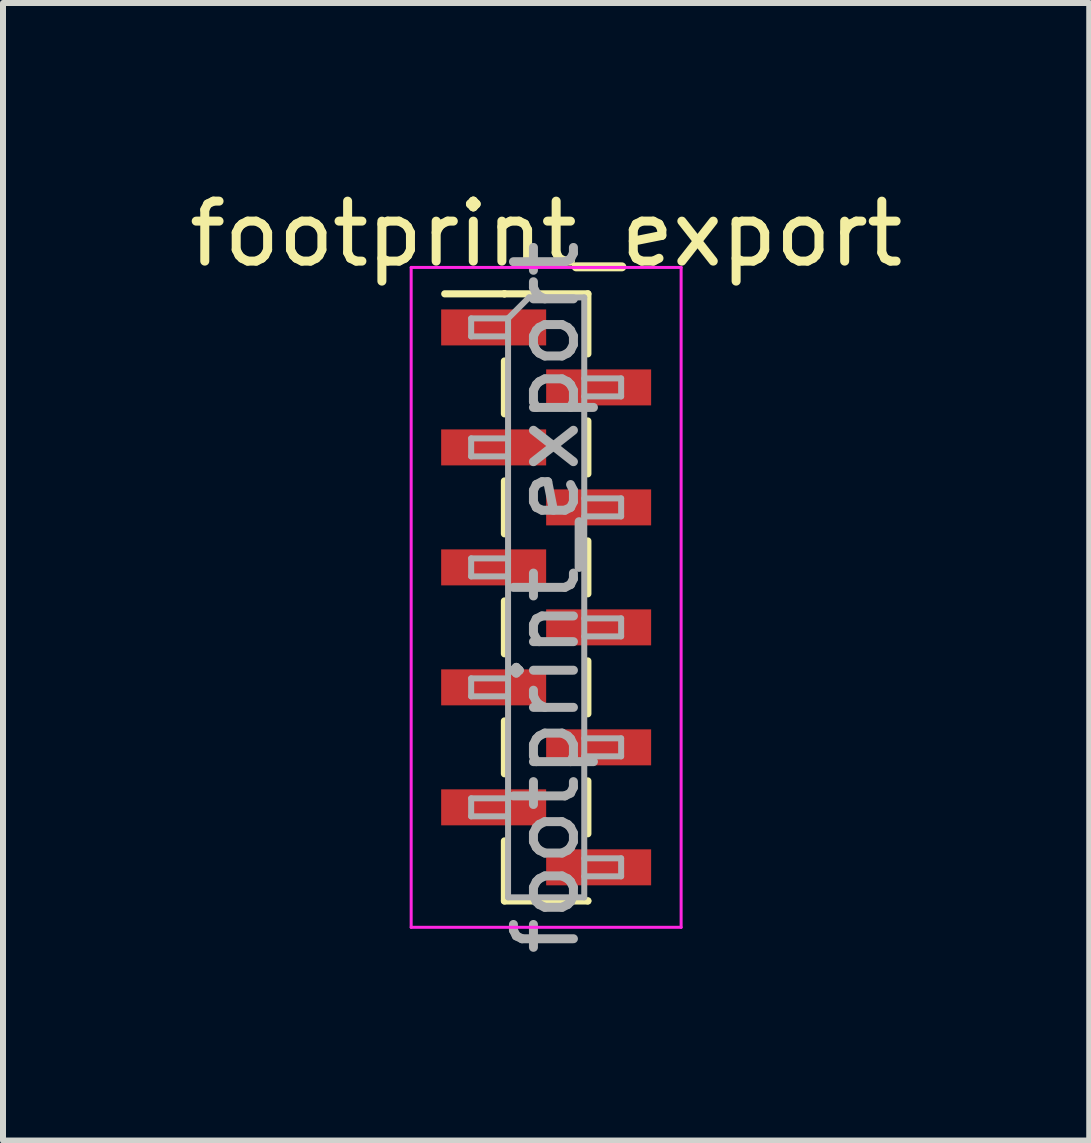
<source format=kicad_pcb>
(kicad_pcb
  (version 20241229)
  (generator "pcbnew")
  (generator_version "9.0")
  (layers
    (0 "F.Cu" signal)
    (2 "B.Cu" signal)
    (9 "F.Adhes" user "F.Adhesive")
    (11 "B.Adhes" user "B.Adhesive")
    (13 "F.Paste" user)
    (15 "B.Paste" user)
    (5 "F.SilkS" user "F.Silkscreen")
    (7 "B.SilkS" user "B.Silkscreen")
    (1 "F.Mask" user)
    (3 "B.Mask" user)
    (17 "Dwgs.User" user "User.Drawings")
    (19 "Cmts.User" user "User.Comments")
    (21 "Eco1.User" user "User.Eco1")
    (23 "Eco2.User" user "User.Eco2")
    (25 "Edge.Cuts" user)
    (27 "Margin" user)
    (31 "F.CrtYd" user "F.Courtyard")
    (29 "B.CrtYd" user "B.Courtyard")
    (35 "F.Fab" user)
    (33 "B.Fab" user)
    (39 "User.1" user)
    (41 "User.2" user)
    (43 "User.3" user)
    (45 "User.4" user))
  (footprint "footprint_export"
    (layer "F.Cu")
    (at 6.054 6.908)
    (property "Reference" "footprint_export" (at 0 -6.06 0) (layer "F.SilkS") (effects (font (size 1 1) (thickness 0.15))))
    (attr smd)
    (fp_line (start -0.695 -5.06) (end -1.69 -5.06) (stroke (width 0.12) (type solid)) (layer "F.SilkS"))
    (fp_line (start -0.695 -5.06) (end -0.695 -5.06) (stroke (width 0.12) (type solid)) (layer "F.SilkS"))
    (fp_line (start -0.695 -5.06) (end 0.695 -5.06) (stroke (width 0.12) (type solid)) (layer "F.SilkS"))
    (fp_line (start -0.695 -3.94) (end -0.695 -3.06) (stroke (width 0.12) (type solid)) (layer "F.SilkS"))
    (fp_line (start -0.695 -1.94) (end -0.695 -1.06) (stroke (width 0.12) (type solid)) (layer "F.SilkS"))
    (fp_line (start -0.695 0.06) (end -0.695 0.94) (stroke (width 0.12) (type solid)) (layer "F.SilkS"))
    (fp_line (start -0.695 2.06) (end -0.695 2.94) (stroke (width 0.12) (type solid)) (layer "F.SilkS"))
    (fp_line (start -0.695 4.06) (end -0.695 5.06) (stroke (width 0.12) (type solid)) (layer "F.SilkS"))
    (fp_line (start -0.695 5.06) (end 0.695 5.06) (stroke (width 0.12) (type solid)) (layer "F.SilkS"))
    (fp_line (start 0.695 -5.06) (end 0.695 -4.06) (stroke (width 0.12) (type solid)) (layer "F.SilkS"))
    (fp_line (start 0.695 -2.94) (end 0.695 -2.06) (stroke (width 0.12) (type solid)) (layer "F.SilkS"))
    (fp_line (start 0.695 -0.94) (end 0.695 -0.06) (stroke (width 0.12) (type solid)) (layer "F.SilkS"))
    (fp_line (start 0.695 1.06) (end 0.695 1.94) (stroke (width 0.12) (type solid)) (layer "F.SilkS"))
    (fp_line (start 0.695 3.06) (end 0.695 3.94) (stroke (width 0.12) (type solid)) (layer "F.SilkS"))
    (fp_line (start 0.695 5.06) (end 0.695 5.06) (stroke (width 0.12) (type solid)) (layer "F.SilkS"))
    (fp_line (start -2.25 -5.5) (end -2.25 5.5) (stroke (width 0.05) (type solid)) (layer "F.CrtYd"))
    (fp_line (start -2.25 5.5) (end 2.25 5.5) (stroke (width 0.05) (type solid)) (layer "F.CrtYd"))
    (fp_line (start 2.25 -5.5) (end -2.25 -5.5) (stroke (width 0.05) (type solid)) (layer "F.CrtYd"))
    (fp_line (start 2.25 5.5) (end 2.25 -5.5) (stroke (width 0.05) (type solid)) (layer "F.CrtYd"))
    (fp_line (start -1.25 -4.65) (end -1.25 -4.35) (stroke (width 0.1) (type solid)) (layer "F.Fab"))
    (fp_line (start -1.25 -4.35) (end -0.635 -4.35) (stroke (width 0.1) (type solid)) (layer "F.Fab"))
    (fp_line (start -1.25 -2.65) (end -1.25 -2.35) (stroke (width 0.1) (type solid)) (layer "F.Fab"))
    (fp_line (start -1.25 -2.35) (end -0.635 -2.35) (stroke (width 0.1) (type solid)) (layer "F.Fab"))
    (fp_line (start -1.25 -0.65) (end -1.25 -0.35) (stroke (width 0.1) (type solid)) (layer "F.Fab"))
    (fp_line (start -1.25 -0.35) (end -0.635 -0.35) (stroke (width 0.1) (type solid)) (layer "F.Fab"))
    (fp_line (start -1.25 1.35) (end -1.25 1.65) (stroke (width 0.1) (type solid)) (layer "F.Fab"))
    (fp_line (start -1.25 1.65) (end -0.635 1.65) (stroke (width 0.1) (type solid)) (layer "F.Fab"))
    (fp_line (start -1.25 3.35) (end -1.25 3.65) (stroke (width 0.1) (type solid)) (layer "F.Fab"))
    (fp_line (start -1.25 3.65) (end -0.635 3.65) (stroke (width 0.1) (type solid)) (layer "F.Fab"))
    (fp_line (start -0.635 -4.65) (end -1.25 -4.65) (stroke (width 0.1) (type solid)) (layer "F.Fab"))
    (fp_line (start -0.635 -4.65) (end -0.285 -5) (stroke (width 0.1) (type solid)) (layer "F.Fab"))
    (fp_line (start -0.635 -2.65) (end -1.25 -2.65) (stroke (width 0.1) (type solid)) (layer "F.Fab"))
    (fp_line (start -0.635 -0.65) (end -1.25 -0.65) (stroke (width 0.1) (type solid)) (layer "F.Fab"))
    (fp_line (start -0.635 1.35) (end -1.25 1.35) (stroke (width 0.1) (type solid)) (layer "F.Fab"))
    (fp_line (start -0.635 3.35) (end -1.25 3.35) (stroke (width 0.1) (type solid)) (layer "F.Fab"))
    (fp_line (start -0.635 5) (end -0.635 -4.65) (stroke (width 0.1) (type solid)) (layer "F.Fab"))
    (fp_line (start -0.285 -5) (end 0.635 -5) (stroke (width 0.1) (type solid)) (layer "F.Fab"))
    (fp_line (start 0.635 -5) (end 0.635 5) (stroke (width 0.1) (type solid)) (layer "F.Fab"))
    (fp_line (start 0.635 -3.65) (end 1.25 -3.65) (stroke (width 0.1) (type solid)) (layer "F.Fab"))
    (fp_line (start 0.635 -1.65) (end 1.25 -1.65) (stroke (width 0.1) (type solid)) (layer "F.Fab"))
    (fp_line (start 0.635 0.35) (end 1.25 0.35) (stroke (width 0.1) (type solid)) (layer "F.Fab"))
    (fp_line (start 0.635 2.35) (end 1.25 2.35) (stroke (width 0.1) (type solid)) (layer "F.Fab"))
    (fp_line (start 0.635 4.35) (end 1.25 4.35) (stroke (width 0.1) (type solid)) (layer "F.Fab"))
    (fp_line (start 0.635 5) (end -0.635 5) (stroke (width 0.1) (type solid)) (layer "F.Fab"))
    (fp_line (start 1.25 -3.65) (end 1.25 -3.35) (stroke (width 0.1) (type solid)) (layer "F.Fab"))
    (fp_line (start 1.25 -3.35) (end 0.635 -3.35) (stroke (width 0.1) (type solid)) (layer "F.Fab"))
    (fp_line (start 1.25 -1.65) (end 1.25 -1.35) (stroke (width 0.1) (type solid)) (layer "F.Fab"))
    (fp_line (start 1.25 -1.35) (end 0.635 -1.35) (stroke (width 0.1) (type solid)) (layer "F.Fab"))
    (fp_line (start 1.25 0.35) (end 1.25 0.65) (stroke (width 0.1) (type solid)) (layer "F.Fab"))
    (fp_line (start 1.25 0.65) (end 0.635 0.65) (stroke (width 0.1) (type solid)) (layer "F.Fab"))
    (fp_line (start 1.25 2.35) (end 1.25 2.65) (stroke (width 0.1) (type solid)) (layer "F.Fab"))
    (fp_line (start 1.25 2.65) (end 0.635 2.65) (stroke (width 0.1) (type solid)) (layer "F.Fab"))
    (fp_line (start 1.25 4.35) (end 1.25 4.65) (stroke (width 0.1) (type solid)) (layer "F.Fab"))
    (fp_line (start 1.25 4.65) (end 0.635 4.65) (stroke (width 0.1) (type solid)) (layer "F.Fab"))
    (fp_text user "${REFERENCE}" (at 0 0 90) (layer "F.Fab") (effects (font (size 1 1) (thickness 0.15))))
    (pad "1" smd rect (at -0.875 -4.5) (size 1.75 0.6) (layers "F.Cu" "F.Mask" "F.Paste"))
    (pad "2" smd rect (at 0.875 -3.5) (size 1.75 0.6) (layers "F.Cu" "F.Mask" "F.Paste"))
    (pad "3" smd rect (at -0.875 -2.5) (size 1.75 0.6) (layers "F.Cu" "F.Mask" "F.Paste"))
    (pad "4" smd rect (at 0.875 -1.5) (size 1.75 0.6) (layers "F.Cu" "F.Mask" "F.Paste"))
    (pad "5" smd rect (at -0.875 -0.5) (size 1.75 0.6) (layers "F.Cu" "F.Mask" "F.Paste"))
    (pad "6" smd rect (at 0.875 0.5) (size 1.75 0.6) (layers "F.Cu" "F.Mask" "F.Paste"))
    (pad "7" smd rect (at -0.875 1.5) (size 1.75 0.6) (layers "F.Cu" "F.Mask" "F.Paste"))
    (pad "8" smd rect (at 0.875 2.5) (size 1.75 0.6) (layers "F.Cu" "F.Mask" "F.Paste"))
    (pad "9" smd rect (at -0.875 3.5) (size 1.75 0.6) (layers "F.Cu" "F.Mask" "F.Paste"))
    (pad "10" smd rect (at 0.875 4.5) (size 1.75 0.6) (layers "F.Cu" "F.Mask" "F.Paste")))
  (gr_rect
    (start -3 -3)
    (end 15.107 15.962)
    (stroke (width 0.1) (type default))
    (fill no)
    (layer "Edge.Cuts")))
</source>
